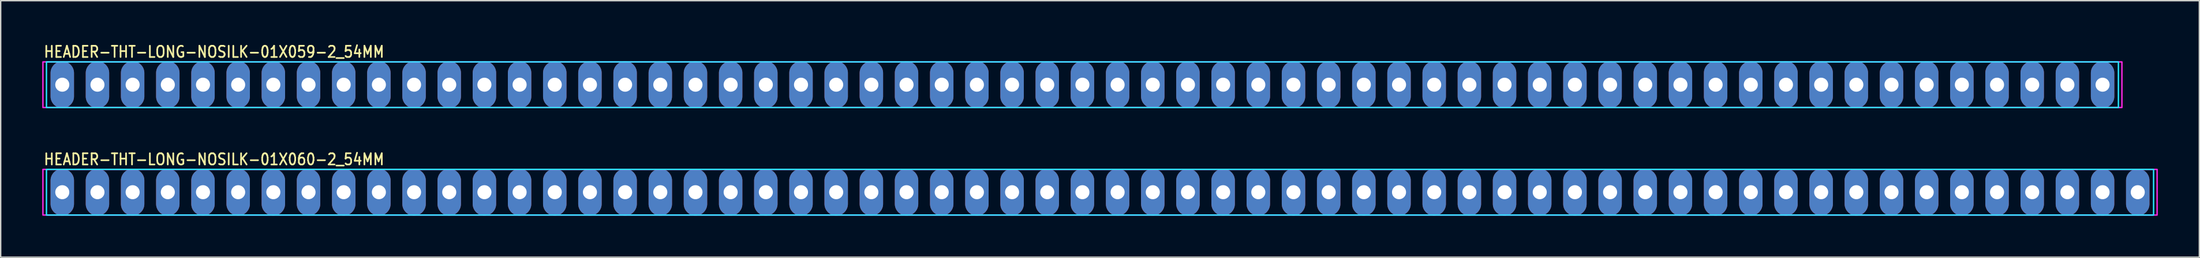
<source format=kicad_pcb>
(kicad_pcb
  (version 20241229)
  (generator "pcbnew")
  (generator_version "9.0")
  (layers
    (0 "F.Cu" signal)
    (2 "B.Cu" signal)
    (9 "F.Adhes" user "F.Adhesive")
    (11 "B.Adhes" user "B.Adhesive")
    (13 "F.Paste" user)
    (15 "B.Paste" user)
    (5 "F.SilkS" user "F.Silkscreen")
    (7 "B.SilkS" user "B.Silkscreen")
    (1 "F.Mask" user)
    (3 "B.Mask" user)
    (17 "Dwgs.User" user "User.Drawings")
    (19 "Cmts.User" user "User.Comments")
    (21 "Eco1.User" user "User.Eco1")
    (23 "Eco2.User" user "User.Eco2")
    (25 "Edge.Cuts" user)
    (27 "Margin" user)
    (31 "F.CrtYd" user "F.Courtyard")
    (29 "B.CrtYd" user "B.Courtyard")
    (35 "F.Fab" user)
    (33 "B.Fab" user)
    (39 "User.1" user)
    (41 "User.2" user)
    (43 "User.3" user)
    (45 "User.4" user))
  (footprint "HEADER-THT-LONG-NOSILK-01X060-2_54MM"
    (layer "F.Cu")
    (at 1.447 10.858)
    (property "Reference" "HEADER-THT-LONG-NOSILK-01X060-2_54MM" (at -1.4 -1.9 0) (unlocked yes) (layer "F.SilkS") (effects (font (size 0.813 0.695) (thickness 0.122)) (justify left bottom)))
    (fp_poly (pts (xy -1.143 -1.651) (xy 151.003 -1.651) (xy 151.003 1.651) (xy -1.143 1.651)) (stroke (width 0.1) (type solid)) (fill no) (layer "B.CrtYd"))
    (fp_poly (pts (xy -1.397 -1.651) (xy 151.257 -1.651) (xy 151.257 1.651) (xy -1.397 1.651)) (stroke (width 0.1) (type solid)) (fill no) (layer "F.CrtYd"))
    (pad "P$1" thru_hole oval (at 0 0 90) (size 3.387 1.693) (drill 1.016) (layers "*.Cu" "*.Mask"))
    (pad "P$2" thru_hole oval (at 2.54 0 90) (size 3.387 1.693) (drill 1.016) (layers "*.Cu" "*.Mask"))
    (pad "P$3" thru_hole oval (at 5.08 0 90) (size 3.387 1.693) (drill 1.016) (layers "*.Cu" "*.Mask"))
    (pad "P$4" thru_hole oval (at 7.62 0 90) (size 3.387 1.693) (drill 1.016) (layers "*.Cu" "*.Mask"))
    (pad "P$5" thru_hole oval (at 10.16 0 90) (size 3.387 1.693) (drill 1.016) (layers "*.Cu" "*.Mask"))
    (pad "P$6" thru_hole oval (at 12.7 0 90) (size 3.387 1.693) (drill 1.016) (layers "*.Cu" "*.Mask"))
    (pad "P$7" thru_hole oval (at 15.24 0 90) (size 3.387 1.693) (drill 1.016) (layers "*.Cu" "*.Mask"))
    (pad "P$8" thru_hole oval (at 17.78 0 90) (size 3.387 1.693) (drill 1.016) (layers "*.Cu" "*.Mask"))
    (pad "P$9" thru_hole oval (at 20.32 0 90) (size 3.387 1.693) (drill 1.016) (layers "*.Cu" "*.Mask"))
    (pad "P$10" thru_hole oval (at 22.86 0 90) (size 3.387 1.693) (drill 1.016) (layers "*.Cu" "*.Mask"))
    (pad "P$11" thru_hole oval (at 25.4 0 90) (size 3.387 1.693) (drill 1.016) (layers "*.Cu" "*.Mask"))
    (pad "P$12" thru_hole oval (at 27.94 0 90) (size 3.387 1.693) (drill 1.016) (layers "*.Cu" "*.Mask"))
    (pad "P$13" thru_hole oval (at 30.48 0 90) (size 3.387 1.693) (drill 1.016) (layers "*.Cu" "*.Mask"))
    (pad "P$14" thru_hole oval (at 33.02 0 90) (size 3.387 1.693) (drill 1.016) (layers "*.Cu" "*.Mask"))
    (pad "P$15" thru_hole oval (at 35.56 0 90) (size 3.387 1.693) (drill 1.016) (layers "*.Cu" "*.Mask"))
    (pad "P$16" thru_hole oval (at 38.1 0 90) (size 3.387 1.693) (drill 1.016) (layers "*.Cu" "*.Mask"))
    (pad "P$17" thru_hole oval (at 40.64 0 90) (size 3.387 1.693) (drill 1.016) (layers "*.Cu" "*.Mask"))
    (pad "P$18" thru_hole oval (at 43.18 0 90) (size 3.387 1.693) (drill 1.016) (layers "*.Cu" "*.Mask"))
    (pad "P$19" thru_hole oval (at 45.72 0 90) (size 3.387 1.693) (drill 1.016) (layers "*.Cu" "*.Mask"))
    (pad "P$20" thru_hole oval (at 48.26 0 90) (size 3.387 1.693) (drill 1.016) (layers "*.Cu" "*.Mask"))
    (pad "P$21" thru_hole oval (at 50.8 0 90) (size 3.387 1.693) (drill 1.016) (layers "*.Cu" "*.Mask"))
    (pad "P$22" thru_hole oval (at 53.34 0 90) (size 3.387 1.693) (drill 1.016) (layers "*.Cu" "*.Mask"))
    (pad "P$23" thru_hole oval (at 55.88 0 90) (size 3.387 1.693) (drill 1.016) (layers "*.Cu" "*.Mask"))
    (pad "P$24" thru_hole oval (at 58.42 0 90) (size 3.387 1.693) (drill 1.016) (layers "*.Cu" "*.Mask"))
    (pad "P$25" thru_hole oval (at 60.96 0 90) (size 3.387 1.693) (drill 1.016) (layers "*.Cu" "*.Mask"))
    (pad "P$26" thru_hole oval (at 63.5 0 90) (size 3.387 1.693) (drill 1.016) (layers "*.Cu" "*.Mask"))
    (pad "P$27" thru_hole oval (at 66.04 0 90) (size 3.387 1.693) (drill 1.016) (layers "*.Cu" "*.Mask"))
    (pad "P$28" thru_hole oval (at 68.58 0 90) (size 3.387 1.693) (drill 1.016) (layers "*.Cu" "*.Mask"))
    (pad "P$29" thru_hole oval (at 71.12 0 90) (size 3.387 1.693) (drill 1.016) (layers "*.Cu" "*.Mask"))
    (pad "P$30" thru_hole oval (at 73.66 0 90) (size 3.387 1.693) (drill 1.016) (layers "*.Cu" "*.Mask"))
    (pad "P$31" thru_hole oval (at 76.2 0 90) (size 3.387 1.693) (drill 1.016) (layers "*.Cu" "*.Mask"))
    (pad "P$32" thru_hole oval (at 78.74 0 90) (size 3.387 1.693) (drill 1.016) (layers "*.Cu" "*.Mask"))
    (pad "P$33" thru_hole oval (at 81.28 0 90) (size 3.387 1.693) (drill 1.016) (layers "*.Cu" "*.Mask"))
    (pad "P$34" thru_hole oval (at 83.82 0 90) (size 3.387 1.693) (drill 1.016) (layers "*.Cu" "*.Mask"))
    (pad "P$35" thru_hole oval (at 86.36 0 90) (size 3.387 1.693) (drill 1.016) (layers "*.Cu" "*.Mask"))
    (pad "P$36" thru_hole oval (at 88.9 0 90) (size 3.387 1.693) (drill 1.016) (layers "*.Cu" "*.Mask"))
    (pad "P$37" thru_hole oval (at 91.44 0 90) (size 3.387 1.693) (drill 1.016) (layers "*.Cu" "*.Mask"))
    (pad "P$38" thru_hole oval (at 93.98 0 90) (size 3.387 1.693) (drill 1.016) (layers "*.Cu" "*.Mask"))
    (pad "P$39" thru_hole oval (at 96.52 0 90) (size 3.387 1.693) (drill 1.016) (layers "*.Cu" "*.Mask"))
    (pad "P$40" thru_hole oval (at 99.06 0 90) (size 3.387 1.693) (drill 1.016) (layers "*.Cu" "*.Mask"))
    (pad "P$41" thru_hole oval (at 101.6 0 90) (size 3.387 1.693) (drill 1.016) (layers "*.Cu" "*.Mask"))
    (pad "P$42" thru_hole oval (at 104.14 0 90) (size 3.387 1.693) (drill 1.016) (layers "*.Cu" "*.Mask"))
    (pad "P$43" thru_hole oval (at 106.68 0 90) (size 3.387 1.693) (drill 1.016) (layers "*.Cu" "*.Mask"))
    (pad "P$44" thru_hole oval (at 109.22 0 90) (size 3.387 1.693) (drill 1.016) (layers "*.Cu" "*.Mask"))
    (pad "P$45" thru_hole oval (at 111.76 0 90) (size 3.387 1.693) (drill 1.016) (layers "*.Cu" "*.Mask"))
    (pad "P$46" thru_hole oval (at 114.3 0 90) (size 3.387 1.693) (drill 1.016) (layers "*.Cu" "*.Mask"))
    (pad "P$47" thru_hole oval (at 116.84 0 90) (size 3.387 1.693) (drill 1.016) (layers "*.Cu" "*.Mask"))
    (pad "P$48" thru_hole oval (at 119.38 0 90) (size 3.387 1.693) (drill 1.016) (layers "*.Cu" "*.Mask"))
    (pad "P$49" thru_hole oval (at 121.92 0 90) (size 3.387 1.693) (drill 1.016) (layers "*.Cu" "*.Mask"))
    (pad "P$50" thru_hole oval (at 124.46 0 90) (size 3.387 1.693) (drill 1.016) (layers "*.Cu" "*.Mask"))
    (pad "P$51" thru_hole oval (at 127 0 90) (size 3.387 1.693) (drill 1.016) (layers "*.Cu" "*.Mask"))
    (pad "P$52" thru_hole oval (at 129.54 0 90) (size 3.387 1.693) (drill 1.016) (layers "*.Cu" "*.Mask"))
    (pad "P$53" thru_hole oval (at 132.08 0 90) (size 3.387 1.693) (drill 1.016) (layers "*.Cu" "*.Mask"))
    (pad "P$54" thru_hole oval (at 134.62 0 90) (size 3.387 1.693) (drill 1.016) (layers "*.Cu" "*.Mask"))
    (pad "P$55" thru_hole oval (at 137.16 0 90) (size 3.387 1.693) (drill 1.016) (layers "*.Cu" "*.Mask"))
    (pad "P$56" thru_hole oval (at 139.7 0 90) (size 3.387 1.693) (drill 1.016) (layers "*.Cu" "*.Mask"))
    (pad "P$57" thru_hole oval (at 142.24 0 90) (size 3.387 1.693) (drill 1.016) (layers "*.Cu" "*.Mask"))
    (pad "P$58" thru_hole oval (at 144.78 0 90) (size 3.387 1.693) (drill 1.016) (layers "*.Cu" "*.Mask"))
    (pad "P$59" thru_hole oval (at 147.32 0 90) (size 3.387 1.693) (drill 1.016) (layers "*.Cu" "*.Mask"))
    (pad "P$60" thru_hole oval (at 149.86 0 90) (size 3.387 1.693) (drill 1.016) (layers "*.Cu" "*.Mask")))
  (footprint "HEADER-THT-LONG-NOSILK-01X059-2_54MM"
    (layer "F.Cu")
    (at 1.447 3.079)
    (property "Reference" "HEADER-THT-LONG-NOSILK-01X059-2_54MM" (at -1.4 -1.9 0) (unlocked yes) (layer "F.SilkS") (effects (font (size 0.813 0.695) (thickness 0.122)) (justify left bottom)))
    (fp_poly (pts (xy -1.143 -1.651) (xy 148.463 -1.651) (xy 148.463 1.651) (xy -1.143 1.651)) (stroke (width 0.1) (type solid)) (fill no) (layer "B.CrtYd"))
    (fp_poly (pts (xy -1.397 -1.651) (xy 148.717 -1.651) (xy 148.717 1.651) (xy -1.397 1.651)) (stroke (width 0.1) (type solid)) (fill no) (layer "F.CrtYd"))
    (pad "P$1" thru_hole oval (at 0 0 90) (size 3.387 1.693) (drill 1.016) (layers "*.Cu" "*.Mask"))
    (pad "P$2" thru_hole oval (at 2.54 0 90) (size 3.387 1.693) (drill 1.016) (layers "*.Cu" "*.Mask"))
    (pad "P$3" thru_hole oval (at 5.08 0 90) (size 3.387 1.693) (drill 1.016) (layers "*.Cu" "*.Mask"))
    (pad "P$4" thru_hole oval (at 7.62 0 90) (size 3.387 1.693) (drill 1.016) (layers "*.Cu" "*.Mask"))
    (pad "P$5" thru_hole oval (at 10.16 0 90) (size 3.387 1.693) (drill 1.016) (layers "*.Cu" "*.Mask"))
    (pad "P$6" thru_hole oval (at 12.7 0 90) (size 3.387 1.693) (drill 1.016) (layers "*.Cu" "*.Mask"))
    (pad "P$7" thru_hole oval (at 15.24 0 90) (size 3.387 1.693) (drill 1.016) (layers "*.Cu" "*.Mask"))
    (pad "P$8" thru_hole oval (at 17.78 0 90) (size 3.387 1.693) (drill 1.016) (layers "*.Cu" "*.Mask"))
    (pad "P$9" thru_hole oval (at 20.32 0 90) (size 3.387 1.693) (drill 1.016) (layers "*.Cu" "*.Mask"))
    (pad "P$10" thru_hole oval (at 22.86 0 90) (size 3.387 1.693) (drill 1.016) (layers "*.Cu" "*.Mask"))
    (pad "P$11" thru_hole oval (at 25.4 0 90) (size 3.387 1.693) (drill 1.016) (layers "*.Cu" "*.Mask"))
    (pad "P$12" thru_hole oval (at 27.94 0 90) (size 3.387 1.693) (drill 1.016) (layers "*.Cu" "*.Mask"))
    (pad "P$13" thru_hole oval (at 30.48 0 90) (size 3.387 1.693) (drill 1.016) (layers "*.Cu" "*.Mask"))
    (pad "P$14" thru_hole oval (at 33.02 0 90) (size 3.387 1.693) (drill 1.016) (layers "*.Cu" "*.Mask"))
    (pad "P$15" thru_hole oval (at 35.56 0 90) (size 3.387 1.693) (drill 1.016) (layers "*.Cu" "*.Mask"))
    (pad "P$16" thru_hole oval (at 38.1 0 90) (size 3.387 1.693) (drill 1.016) (layers "*.Cu" "*.Mask"))
    (pad "P$17" thru_hole oval (at 40.64 0 90) (size 3.387 1.693) (drill 1.016) (layers "*.Cu" "*.Mask"))
    (pad "P$18" thru_hole oval (at 43.18 0 90) (size 3.387 1.693) (drill 1.016) (layers "*.Cu" "*.Mask"))
    (pad "P$19" thru_hole oval (at 45.72 0 90) (size 3.387 1.693) (drill 1.016) (layers "*.Cu" "*.Mask"))
    (pad "P$20" thru_hole oval (at 48.26 0 90) (size 3.387 1.693) (drill 1.016) (layers "*.Cu" "*.Mask"))
    (pad "P$21" thru_hole oval (at 50.8 0 90) (size 3.387 1.693) (drill 1.016) (layers "*.Cu" "*.Mask"))
    (pad "P$22" thru_hole oval (at 53.34 0 90) (size 3.387 1.693) (drill 1.016) (layers "*.Cu" "*.Mask"))
    (pad "P$23" thru_hole oval (at 55.88 0 90) (size 3.387 1.693) (drill 1.016) (layers "*.Cu" "*.Mask"))
    (pad "P$24" thru_hole oval (at 58.42 0 90) (size 3.387 1.693) (drill 1.016) (layers "*.Cu" "*.Mask"))
    (pad "P$25" thru_hole oval (at 60.96 0 90) (size 3.387 1.693) (drill 1.016) (layers "*.Cu" "*.Mask"))
    (pad "P$26" thru_hole oval (at 63.5 0 90) (size 3.387 1.693) (drill 1.016) (layers "*.Cu" "*.Mask"))
    (pad "P$27" thru_hole oval (at 66.04 0 90) (size 3.387 1.693) (drill 1.016) (layers "*.Cu" "*.Mask"))
    (pad "P$28" thru_hole oval (at 68.58 0 90) (size 3.387 1.693) (drill 1.016) (layers "*.Cu" "*.Mask"))
    (pad "P$29" thru_hole oval (at 71.12 0 90) (size 3.387 1.693) (drill 1.016) (layers "*.Cu" "*.Mask"))
    (pad "P$30" thru_hole oval (at 73.66 0 90) (size 3.387 1.693) (drill 1.016) (layers "*.Cu" "*.Mask"))
    (pad "P$31" thru_hole oval (at 76.2 0 90) (size 3.387 1.693) (drill 1.016) (layers "*.Cu" "*.Mask"))
    (pad "P$32" thru_hole oval (at 78.74 0 90) (size 3.387 1.693) (drill 1.016) (layers "*.Cu" "*.Mask"))
    (pad "P$33" thru_hole oval (at 81.28 0 90) (size 3.387 1.693) (drill 1.016) (layers "*.Cu" "*.Mask"))
    (pad "P$34" thru_hole oval (at 83.82 0 90) (size 3.387 1.693) (drill 1.016) (layers "*.Cu" "*.Mask"))
    (pad "P$35" thru_hole oval (at 86.36 0 90) (size 3.387 1.693) (drill 1.016) (layers "*.Cu" "*.Mask"))
    (pad "P$36" thru_hole oval (at 88.9 0 90) (size 3.387 1.693) (drill 1.016) (layers "*.Cu" "*.Mask"))
    (pad "P$37" thru_hole oval (at 91.44 0 90) (size 3.387 1.693) (drill 1.016) (layers "*.Cu" "*.Mask"))
    (pad "P$38" thru_hole oval (at 93.98 0 90) (size 3.387 1.693) (drill 1.016) (layers "*.Cu" "*.Mask"))
    (pad "P$39" thru_hole oval (at 96.52 0 90) (size 3.387 1.693) (drill 1.016) (layers "*.Cu" "*.Mask"))
    (pad "P$40" thru_hole oval (at 99.06 0 90) (size 3.387 1.693) (drill 1.016) (layers "*.Cu" "*.Mask"))
    (pad "P$41" thru_hole oval (at 101.6 0 90) (size 3.387 1.693) (drill 1.016) (layers "*.Cu" "*.Mask"))
    (pad "P$42" thru_hole oval (at 104.14 0 90) (size 3.387 1.693) (drill 1.016) (layers "*.Cu" "*.Mask"))
    (pad "P$43" thru_hole oval (at 106.68 0 90) (size 3.387 1.693) (drill 1.016) (layers "*.Cu" "*.Mask"))
    (pad "P$44" thru_hole oval (at 109.22 0 90) (size 3.387 1.693) (drill 1.016) (layers "*.Cu" "*.Mask"))
    (pad "P$45" thru_hole oval (at 111.76 0 90) (size 3.387 1.693) (drill 1.016) (layers "*.Cu" "*.Mask"))
    (pad "P$46" thru_hole oval (at 114.3 0 90) (size 3.387 1.693) (drill 1.016) (layers "*.Cu" "*.Mask"))
    (pad "P$47" thru_hole oval (at 116.84 0 90) (size 3.387 1.693) (drill 1.016) (layers "*.Cu" "*.Mask"))
    (pad "P$48" thru_hole oval (at 119.38 0 90) (size 3.387 1.693) (drill 1.016) (layers "*.Cu" "*.Mask"))
    (pad "P$49" thru_hole oval (at 121.92 0 90) (size 3.387 1.693) (drill 1.016) (layers "*.Cu" "*.Mask"))
    (pad "P$50" thru_hole oval (at 124.46 0 90) (size 3.387 1.693) (drill 1.016) (layers "*.Cu" "*.Mask"))
    (pad "P$51" thru_hole oval (at 127 0 90) (size 3.387 1.693) (drill 1.016) (layers "*.Cu" "*.Mask"))
    (pad "P$52" thru_hole oval (at 129.54 0 90) (size 3.387 1.693) (drill 1.016) (layers "*.Cu" "*.Mask"))
    (pad "P$53" thru_hole oval (at 132.08 0 90) (size 3.387 1.693) (drill 1.016) (layers "*.Cu" "*.Mask"))
    (pad "P$54" thru_hole oval (at 134.62 0 90) (size 3.387 1.693) (drill 1.016) (layers "*.Cu" "*.Mask"))
    (pad "P$55" thru_hole oval (at 137.16 0 90) (size 3.387 1.693) (drill 1.016) (layers "*.Cu" "*.Mask"))
    (pad "P$56" thru_hole oval (at 139.7 0 90) (size 3.387 1.693) (drill 1.016) (layers "*.Cu" "*.Mask"))
    (pad "P$57" thru_hole oval (at 142.24 0 90) (size 3.387 1.693) (drill 1.016) (layers "*.Cu" "*.Mask"))
    (pad "P$58" thru_hole oval (at 144.78 0 90) (size 3.387 1.693) (drill 1.016) (layers "*.Cu" "*.Mask"))
    (pad "P$59" thru_hole oval (at 147.32 0 90) (size 3.387 1.693) (drill 1.016) (layers "*.Cu" "*.Mask")))
  (gr_rect
    (start -3 -3)
    (end 155.754 15.559)
    (stroke (width 0.1) (type default))
    (fill no)
    (layer "Edge.Cuts")))
</source>
